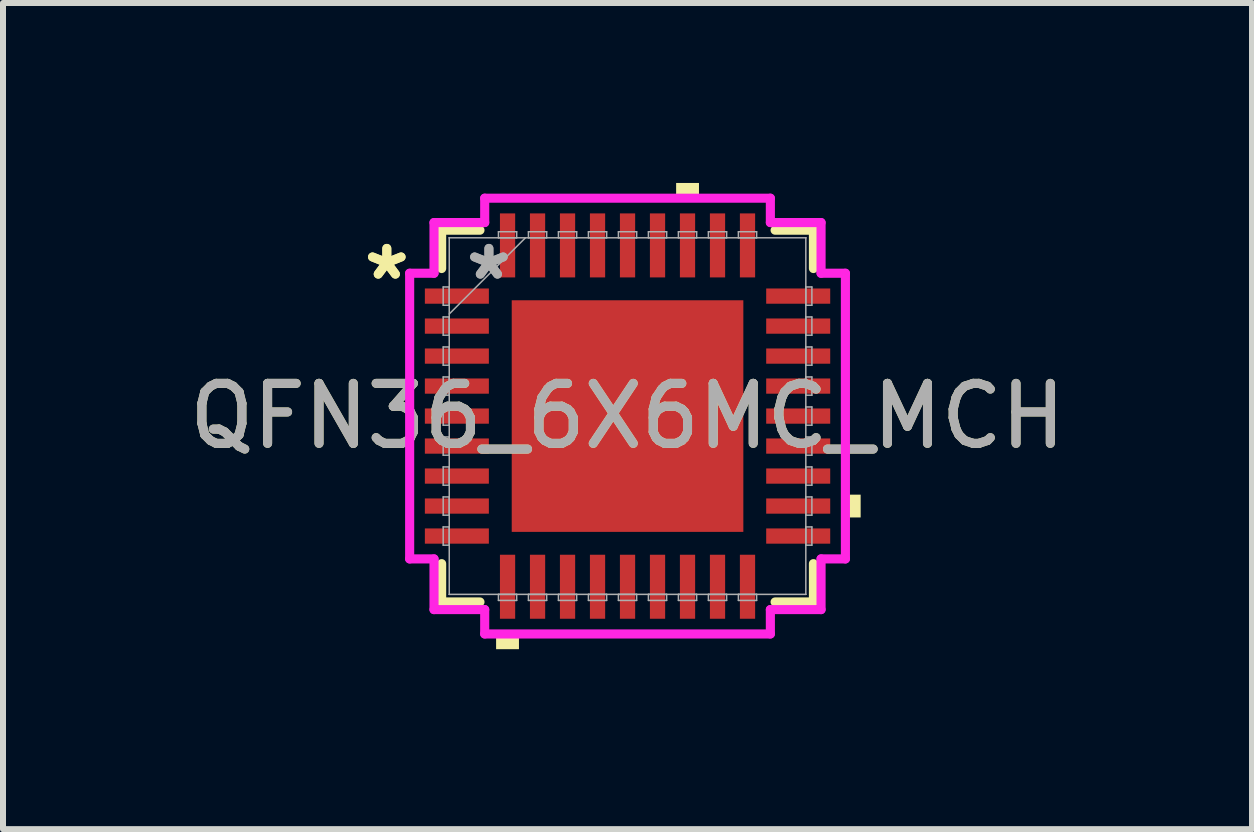
<source format=kicad_pcb>
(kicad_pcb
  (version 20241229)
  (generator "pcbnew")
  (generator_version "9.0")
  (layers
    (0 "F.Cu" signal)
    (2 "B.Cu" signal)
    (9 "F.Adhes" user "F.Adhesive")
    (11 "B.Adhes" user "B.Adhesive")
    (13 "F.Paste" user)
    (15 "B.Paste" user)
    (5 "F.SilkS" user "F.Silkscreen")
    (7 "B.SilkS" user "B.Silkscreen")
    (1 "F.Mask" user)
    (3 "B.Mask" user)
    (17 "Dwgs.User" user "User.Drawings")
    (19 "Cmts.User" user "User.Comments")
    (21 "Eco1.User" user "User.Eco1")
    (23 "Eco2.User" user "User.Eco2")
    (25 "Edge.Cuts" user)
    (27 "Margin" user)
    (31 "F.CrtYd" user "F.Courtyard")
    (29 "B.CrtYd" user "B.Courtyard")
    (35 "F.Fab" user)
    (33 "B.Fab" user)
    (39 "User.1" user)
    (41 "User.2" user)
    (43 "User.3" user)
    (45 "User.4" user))
  (footprint "QFN36_6X6MC_MCH"
    (layer "F.Cu")
    (at 7.411 3.886)
    (property "Reference" "QFN36_6X6MC_MCH" (at 0 0 0) (unlocked yes) (layer "F.SilkS") (effects (font (size 1 1) (thickness 0.15))))
    (attr smd)
    (fp_line (start -3.099 -3.099) (end -3.099 -2.46) (stroke (width 0.152) (type solid)) (layer "F.SilkS"))
    (fp_line (start -3.099 2.46) (end -3.099 3.099) (stroke (width 0.152) (type solid)) (layer "F.SilkS"))
    (fp_line (start -3.099 3.099) (end -2.46 3.099) (stroke (width 0.152) (type solid)) (layer "F.SilkS"))
    (fp_line (start -2.46 -3.099) (end -3.099 -3.099) (stroke (width 0.152) (type solid)) (layer "F.SilkS"))
    (fp_line (start 2.46 3.099) (end 3.099 3.099) (stroke (width 0.152) (type solid)) (layer "F.SilkS"))
    (fp_line (start 3.099 -3.099) (end 2.46 -3.099) (stroke (width 0.152) (type solid)) (layer "F.SilkS"))
    (fp_line (start 3.099 -2.46) (end 3.099 -3.099) (stroke (width 0.152) (type solid)) (layer "F.SilkS"))
    (fp_line (start 3.099 3.099) (end 3.099 2.46) (stroke (width 0.152) (type solid)) (layer "F.SilkS"))
    (fp_poly (pts (xy -2.191 3.632) (xy -2.191 3.886) (xy -1.81 3.886) (xy -1.81 3.632)) (stroke (width 0) (type solid)) (fill yes) (layer "F.SilkS"))
    (fp_poly (pts (xy 0.81 -3.632) (xy 0.81 -3.886) (xy 1.191 -3.886) (xy 1.191 -3.632)) (stroke (width 0) (type solid)) (fill yes) (layer "F.SilkS"))
    (fp_poly (pts (xy 3.886 1.31) (xy 3.886 1.69) (xy 3.632 1.69) (xy 3.632 1.31)) (stroke (width 0) (type solid)) (fill yes) (layer "F.SilkS"))
    (fp_poly (pts (xy -1.83 -1.83) (xy -1.83 -0.743) (xy -0.743 -0.743) (xy -0.743 -1.83)) (stroke (width 0) (type solid)) (fill yes) (layer "F.Paste"))
    (fp_poly (pts (xy -1.83 -0.543) (xy -1.83 0.543) (xy -0.743 0.543) (xy -0.743 -0.543)) (stroke (width 0) (type solid)) (fill yes) (layer "F.Paste"))
    (fp_poly (pts (xy -1.83 0.743) (xy -1.83 1.83) (xy -0.743 1.83) (xy -0.743 0.743)) (stroke (width 0) (type solid)) (fill yes) (layer "F.Paste"))
    (fp_poly (pts (xy -0.543 -1.83) (xy -0.543 -0.743) (xy 0.543 -0.743) (xy 0.543 -1.83)) (stroke (width 0) (type solid)) (fill yes) (layer "F.Paste"))
    (fp_poly (pts (xy -0.543 -0.543) (xy -0.543 0.543) (xy 0.543 0.543) (xy 0.543 -0.543)) (stroke (width 0) (type solid)) (fill yes) (layer "F.Paste"))
    (fp_poly (pts (xy -0.543 0.743) (xy -0.543 1.83) (xy 0.543 1.83) (xy 0.543 0.743)) (stroke (width 0) (type solid)) (fill yes) (layer "F.Paste"))
    (fp_poly (pts (xy 0.743 -1.83) (xy 0.743 -0.743) (xy 1.83 -0.743) (xy 1.83 -1.83)) (stroke (width 0) (type solid)) (fill yes) (layer "F.Paste"))
    (fp_poly (pts (xy 0.743 -0.543) (xy 0.743 0.543) (xy 1.83 0.543) (xy 1.83 -0.543)) (stroke (width 0) (type solid)) (fill yes) (layer "F.Paste"))
    (fp_poly (pts (xy 0.743 0.743) (xy 0.743 1.83) (xy 1.83 1.83) (xy 1.83 0.743)) (stroke (width 0) (type solid)) (fill yes) (layer "F.Paste"))
    (fp_line (start -3.632 -2.381) (end -3.226 -2.381) (stroke (width 0.152) (type solid)) (layer "F.CrtYd"))
    (fp_line (start -3.632 2.381) (end -3.632 -2.381) (stroke (width 0.152) (type solid)) (layer "F.CrtYd"))
    (fp_line (start -3.226 -3.226) (end -2.381 -3.226) (stroke (width 0.152) (type solid)) (layer "F.CrtYd"))
    (fp_line (start -3.226 -2.381) (end -3.226 -3.226) (stroke (width 0.152) (type solid)) (layer "F.CrtYd"))
    (fp_line (start -3.226 2.381) (end -3.632 2.381) (stroke (width 0.152) (type solid)) (layer "F.CrtYd"))
    (fp_line (start -3.226 3.226) (end -3.226 2.381) (stroke (width 0.152) (type solid)) (layer "F.CrtYd"))
    (fp_line (start -2.381 -3.632) (end 2.381 -3.632) (stroke (width 0.152) (type solid)) (layer "F.CrtYd"))
    (fp_line (start -2.381 -3.226) (end -2.381 -3.632) (stroke (width 0.152) (type solid)) (layer "F.CrtYd"))
    (fp_line (start -2.381 3.226) (end -3.226 3.226) (stroke (width 0.152) (type solid)) (layer "F.CrtYd"))
    (fp_line (start -2.381 3.632) (end -2.381 3.226) (stroke (width 0.152) (type solid)) (layer "F.CrtYd"))
    (fp_line (start 2.381 -3.632) (end 2.381 -3.226) (stroke (width 0.152) (type solid)) (layer "F.CrtYd"))
    (fp_line (start 2.381 -3.226) (end 3.226 -3.226) (stroke (width 0.152) (type solid)) (layer "F.CrtYd"))
    (fp_line (start 2.381 3.226) (end 2.381 3.632) (stroke (width 0.152) (type solid)) (layer "F.CrtYd"))
    (fp_line (start 2.381 3.632) (end -2.381 3.632) (stroke (width 0.152) (type solid)) (layer "F.CrtYd"))
    (fp_line (start 3.226 -3.226) (end 3.226 -2.381) (stroke (width 0.152) (type solid)) (layer "F.CrtYd"))
    (fp_line (start 3.226 -2.381) (end 3.632 -2.381) (stroke (width 0.152) (type solid)) (layer "F.CrtYd"))
    (fp_line (start 3.226 2.381) (end 3.226 3.226) (stroke (width 0.152) (type solid)) (layer "F.CrtYd"))
    (fp_line (start 3.226 3.226) (end 2.381 3.226) (stroke (width 0.152) (type solid)) (layer "F.CrtYd"))
    (fp_line (start 3.632 -2.381) (end 3.632 2.381) (stroke (width 0.152) (type solid)) (layer "F.CrtYd"))
    (fp_line (start 3.632 2.381) (end 3.226 2.381) (stroke (width 0.152) (type solid)) (layer "F.CrtYd"))
    (fp_line (start -3.073 -2.152) (end -3.073 -1.848) (stroke (width 0.025) (type solid)) (layer "F.Fab"))
    (fp_line (start -3.073 -1.848) (end -2.972 -1.848) (stroke (width 0.025) (type solid)) (layer "F.Fab"))
    (fp_line (start -3.073 -1.652) (end -3.073 -1.348) (stroke (width 0.025) (type solid)) (layer "F.Fab"))
    (fp_line (start -3.073 -1.348) (end -2.972 -1.348) (stroke (width 0.025) (type solid)) (layer "F.Fab"))
    (fp_line (start -3.073 -1.152) (end -3.073 -0.848) (stroke (width 0.025) (type solid)) (layer "F.Fab"))
    (fp_line (start -3.073 -0.848) (end -2.972 -0.848) (stroke (width 0.025) (type solid)) (layer "F.Fab"))
    (fp_line (start -3.073 -0.652) (end -3.073 -0.348) (stroke (width 0.025) (type solid)) (layer "F.Fab"))
    (fp_line (start -3.073 -0.348) (end -2.972 -0.348) (stroke (width 0.025) (type solid)) (layer "F.Fab"))
    (fp_line (start -3.073 -0.152) (end -3.073 0.152) (stroke (width 0.025) (type solid)) (layer "F.Fab"))
    (fp_line (start -3.073 0.152) (end -2.972 0.152) (stroke (width 0.025) (type solid)) (layer "F.Fab"))
    (fp_line (start -3.073 0.348) (end -3.073 0.652) (stroke (width 0.025) (type solid)) (layer "F.Fab"))
    (fp_line (start -3.073 0.652) (end -2.972 0.652) (stroke (width 0.025) (type solid)) (layer "F.Fab"))
    (fp_line (start -3.073 0.848) (end -3.073 1.152) (stroke (width 0.025) (type solid)) (layer "F.Fab"))
    (fp_line (start -3.073 1.152) (end -2.972 1.152) (stroke (width 0.025) (type solid)) (layer "F.Fab"))
    (fp_line (start -3.073 1.348) (end -3.073 1.652) (stroke (width 0.025) (type solid)) (layer "F.Fab"))
    (fp_line (start -3.073 1.652) (end -2.972 1.652) (stroke (width 0.025) (type solid)) (layer "F.Fab"))
    (fp_line (start -3.073 1.848) (end -3.073 2.152) (stroke (width 0.025) (type solid)) (layer "F.Fab"))
    (fp_line (start -3.073 2.152) (end -2.972 2.152) (stroke (width 0.025) (type solid)) (layer "F.Fab"))
    (fp_line (start -2.972 -2.972) (end -2.972 -2.972) (stroke (width 0.025) (type solid)) (layer "F.Fab"))
    (fp_line (start -2.972 -2.972) (end -2.972 2.972) (stroke (width 0.025) (type solid)) (layer "F.Fab"))
    (fp_line (start -2.972 -2.152) (end -3.073 -2.152) (stroke (width 0.025) (type solid)) (layer "F.Fab"))
    (fp_line (start -2.972 -1.848) (end -2.972 -2.152) (stroke (width 0.025) (type solid)) (layer "F.Fab"))
    (fp_line (start -2.972 -1.702) (end -1.702 -2.972) (stroke (width 0.025) (type solid)) (layer "F.Fab"))
    (fp_line (start -2.972 -1.652) (end -3.073 -1.652) (stroke (width 0.025) (type solid)) (layer "F.Fab"))
    (fp_line (start -2.972 -1.348) (end -2.972 -1.652) (stroke (width 0.025) (type solid)) (layer "F.Fab"))
    (fp_line (start -2.972 -1.152) (end -3.073 -1.152) (stroke (width 0.025) (type solid)) (layer "F.Fab"))
    (fp_line (start -2.972 -0.848) (end -2.972 -1.152) (stroke (width 0.025) (type solid)) (layer "F.Fab"))
    (fp_line (start -2.972 -0.652) (end -3.073 -0.652) (stroke (width 0.025) (type solid)) (layer "F.Fab"))
    (fp_line (start -2.972 -0.348) (end -2.972 -0.652) (stroke (width 0.025) (type solid)) (layer "F.Fab"))
    (fp_line (start -2.972 -0.152) (end -3.073 -0.152) (stroke (width 0.025) (type solid)) (layer "F.Fab"))
    (fp_line (start -2.972 0.152) (end -2.972 -0.152) (stroke (width 0.025) (type solid)) (layer "F.Fab"))
    (fp_line (start -2.972 0.348) (end -3.073 0.348) (stroke (width 0.025) (type solid)) (layer "F.Fab"))
    (fp_line (start -2.972 0.652) (end -2.972 0.348) (stroke (width 0.025) (type solid)) (layer "F.Fab"))
    (fp_line (start -2.972 0.848) (end -3.073 0.848) (stroke (width 0.025) (type solid)) (layer "F.Fab"))
    (fp_line (start -2.972 1.152) (end -2.972 0.848) (stroke (width 0.025) (type solid)) (layer "F.Fab"))
    (fp_line (start -2.972 1.348) (end -3.073 1.348) (stroke (width 0.025) (type solid)) (layer "F.Fab"))
    (fp_line (start -2.972 1.652) (end -2.972 1.348) (stroke (width 0.025) (type solid)) (layer "F.Fab"))
    (fp_line (start -2.972 1.848) (end -3.073 1.848) (stroke (width 0.025) (type solid)) (layer "F.Fab"))
    (fp_line (start -2.972 2.152) (end -2.972 1.848) (stroke (width 0.025) (type solid)) (layer "F.Fab"))
    (fp_line (start -2.972 2.972) (end -2.972 2.972) (stroke (width 0.025) (type solid)) (layer "F.Fab"))
    (fp_line (start -2.972 2.972) (end 2.972 2.972) (stroke (width 0.025) (type solid)) (layer "F.Fab"))
    (fp_line (start -2.152 -3.073) (end -2.152 -2.972) (stroke (width 0.025) (type solid)) (layer "F.Fab"))
    (fp_line (start -2.152 -2.972) (end -1.848 -2.972) (stroke (width 0.025) (type solid)) (layer "F.Fab"))
    (fp_line (start -2.152 2.972) (end -2.152 3.073) (stroke (width 0.025) (type solid)) (layer "F.Fab"))
    (fp_line (start -2.152 3.073) (end -1.848 3.073) (stroke (width 0.025) (type solid)) (layer "F.Fab"))
    (fp_line (start -1.848 -3.073) (end -2.152 -3.073) (stroke (width 0.025) (type solid)) (layer "F.Fab"))
    (fp_line (start -1.848 -2.972) (end -1.848 -3.073) (stroke (width 0.025) (type solid)) (layer "F.Fab"))
    (fp_line (start -1.848 2.972) (end -2.152 2.972) (stroke (width 0.025) (type solid)) (layer "F.Fab"))
    (fp_line (start -1.848 3.073) (end -1.848 2.972) (stroke (width 0.025) (type solid)) (layer "F.Fab"))
    (fp_line (start -1.652 -3.073) (end -1.652 -2.972) (stroke (width 0.025) (type solid)) (layer "F.Fab"))
    (fp_line (start -1.652 -2.972) (end -1.348 -2.972) (stroke (width 0.025) (type solid)) (layer "F.Fab"))
    (fp_line (start -1.652 2.972) (end -1.652 3.073) (stroke (width 0.025) (type solid)) (layer "F.Fab"))
    (fp_line (start -1.652 3.073) (end -1.348 3.073) (stroke (width 0.025) (type solid)) (layer "F.Fab"))
    (fp_line (start -1.348 -3.073) (end -1.652 -3.073) (stroke (width 0.025) (type solid)) (layer "F.Fab"))
    (fp_line (start -1.348 -2.972) (end -1.348 -3.073) (stroke (width 0.025) (type solid)) (layer "F.Fab"))
    (fp_line (start -1.348 2.972) (end -1.652 2.972) (stroke (width 0.025) (type solid)) (layer "F.Fab"))
    (fp_line (start -1.348 3.073) (end -1.348 2.972) (stroke (width 0.025) (type solid)) (layer "F.Fab"))
    (fp_line (start -1.152 -3.073) (end -1.152 -2.972) (stroke (width 0.025) (type solid)) (layer "F.Fab"))
    (fp_line (start -1.152 -2.972) (end -0.848 -2.972) (stroke (width 0.025) (type solid)) (layer "F.Fab"))
    (fp_line (start -1.152 2.972) (end -1.152 3.073) (stroke (width 0.025) (type solid)) (layer "F.Fab"))
    (fp_line (start -1.152 3.073) (end -0.848 3.073) (stroke (width 0.025) (type solid)) (layer "F.Fab"))
    (fp_line (start -0.848 -3.073) (end -1.152 -3.073) (stroke (width 0.025) (type solid)) (layer "F.Fab"))
    (fp_line (start -0.848 -2.972) (end -0.848 -3.073) (stroke (width 0.025) (type solid)) (layer "F.Fab"))
    (fp_line (start -0.848 2.972) (end -1.152 2.972) (stroke (width 0.025) (type solid)) (layer "F.Fab"))
    (fp_line (start -0.848 3.073) (end -0.848 2.972) (stroke (width 0.025) (type solid)) (layer "F.Fab"))
    (fp_line (start -0.652 -3.073) (end -0.652 -2.972) (stroke (width 0.025) (type solid)) (layer "F.Fab"))
    (fp_line (start -0.652 -2.972) (end -0.348 -2.972) (stroke (width 0.025) (type solid)) (layer "F.Fab"))
    (fp_line (start -0.652 2.972) (end -0.652 3.073) (stroke (width 0.025) (type solid)) (layer "F.Fab"))
    (fp_line (start -0.652 3.073) (end -0.348 3.073) (stroke (width 0.025) (type solid)) (layer "F.Fab"))
    (fp_line (start -0.348 -3.073) (end -0.652 -3.073) (stroke (width 0.025) (type solid)) (layer "F.Fab"))
    (fp_line (start -0.348 -2.972) (end -0.348 -3.073) (stroke (width 0.025) (type solid)) (layer "F.Fab"))
    (fp_line (start -0.348 2.972) (end -0.652 2.972) (stroke (width 0.025) (type solid)) (layer "F.Fab"))
    (fp_line (start -0.348 3.073) (end -0.348 2.972) (stroke (width 0.025) (type solid)) (layer "F.Fab"))
    (fp_line (start -0.152 -3.073) (end -0.152 -2.972) (stroke (width 0.025) (type solid)) (layer "F.Fab"))
    (fp_line (start -0.152 -2.972) (end 0.152 -2.972) (stroke (width 0.025) (type solid)) (layer "F.Fab"))
    (fp_line (start -0.152 2.972) (end -0.152 3.073) (stroke (width 0.025) (type solid)) (layer "F.Fab"))
    (fp_line (start -0.152 3.073) (end 0.152 3.073) (stroke (width 0.025) (type solid)) (layer "F.Fab"))
    (fp_line (start 0.152 -3.073) (end -0.152 -3.073) (stroke (width 0.025) (type solid)) (layer "F.Fab"))
    (fp_line (start 0.152 -2.972) (end 0.152 -3.073) (stroke (width 0.025) (type solid)) (layer "F.Fab"))
    (fp_line (start 0.152 2.972) (end -0.152 2.972) (stroke (width 0.025) (type solid)) (layer "F.Fab"))
    (fp_line (start 0.152 3.073) (end 0.152 2.972) (stroke (width 0.025) (type solid)) (layer "F.Fab"))
    (fp_line (start 0.348 -3.073) (end 0.348 -2.972) (stroke (width 0.025) (type solid)) (layer "F.Fab"))
    (fp_line (start 0.348 -2.972) (end 0.652 -2.972) (stroke (width 0.025) (type solid)) (layer "F.Fab"))
    (fp_line (start 0.348 2.972) (end 0.348 3.073) (stroke (width 0.025) (type solid)) (layer "F.Fab"))
    (fp_line (start 0.348 3.073) (end 0.652 3.073) (stroke (width 0.025) (type solid)) (layer "F.Fab"))
    (fp_line (start 0.652 -3.073) (end 0.348 -3.073) (stroke (width 0.025) (type solid)) (layer "F.Fab"))
    (fp_line (start 0.652 -2.972) (end 0.652 -3.073) (stroke (width 0.025) (type solid)) (layer "F.Fab"))
    (fp_line (start 0.652 2.972) (end 0.348 2.972) (stroke (width 0.025) (type solid)) (layer "F.Fab"))
    (fp_line (start 0.652 3.073) (end 0.652 2.972) (stroke (width 0.025) (type solid)) (layer "F.Fab"))
    (fp_line (start 0.848 -3.073) (end 0.848 -2.972) (stroke (width 0.025) (type solid)) (layer "F.Fab"))
    (fp_line (start 0.848 -2.972) (end 1.152 -2.972) (stroke (width 0.025) (type solid)) (layer "F.Fab"))
    (fp_line (start 0.848 2.972) (end 0.848 3.073) (stroke (width 0.025) (type solid)) (layer "F.Fab"))
    (fp_line (start 0.848 3.073) (end 1.152 3.073) (stroke (width 0.025) (type solid)) (layer "F.Fab"))
    (fp_line (start 1.152 -3.073) (end 0.848 -3.073) (stroke (width 0.025) (type solid)) (layer "F.Fab"))
    (fp_line (start 1.152 -2.972) (end 1.152 -3.073) (stroke (width 0.025) (type solid)) (layer "F.Fab"))
    (fp_line (start 1.152 2.972) (end 0.848 2.972) (stroke (width 0.025) (type solid)) (layer "F.Fab"))
    (fp_line (start 1.152 3.073) (end 1.152 2.972) (stroke (width 0.025) (type solid)) (layer "F.Fab"))
    (fp_line (start 1.348 -3.073) (end 1.348 -2.972) (stroke (width 0.025) (type solid)) (layer "F.Fab"))
    (fp_line (start 1.348 -2.972) (end 1.652 -2.972) (stroke (width 0.025) (type solid)) (layer "F.Fab"))
    (fp_line (start 1.348 2.972) (end 1.348 3.073) (stroke (width 0.025) (type solid)) (layer "F.Fab"))
    (fp_line (start 1.348 3.073) (end 1.652 3.073) (stroke (width 0.025) (type solid)) (layer "F.Fab"))
    (fp_line (start 1.652 -3.073) (end 1.348 -3.073) (stroke (width 0.025) (type solid)) (layer "F.Fab"))
    (fp_line (start 1.652 -2.972) (end 1.652 -3.073) (stroke (width 0.025) (type solid)) (layer "F.Fab"))
    (fp_line (start 1.652 2.972) (end 1.348 2.972) (stroke (width 0.025) (type solid)) (layer "F.Fab"))
    (fp_line (start 1.652 3.073) (end 1.652 2.972) (stroke (width 0.025) (type solid)) (layer "F.Fab"))
    (fp_line (start 1.848 -3.073) (end 1.848 -2.972) (stroke (width 0.025) (type solid)) (layer "F.Fab"))
    (fp_line (start 1.848 -2.972) (end 2.152 -2.972) (stroke (width 0.025) (type solid)) (layer "F.Fab"))
    (fp_line (start 1.848 2.972) (end 1.848 3.073) (stroke (width 0.025) (type solid)) (layer "F.Fab"))
    (fp_line (start 1.848 3.073) (end 2.152 3.073) (stroke (width 0.025) (type solid)) (layer "F.Fab"))
    (fp_line (start 2.152 -3.073) (end 1.848 -3.073) (stroke (width 0.025) (type solid)) (layer "F.Fab"))
    (fp_line (start 2.152 -2.972) (end 2.152 -3.073) (stroke (width 0.025) (type solid)) (layer "F.Fab"))
    (fp_line (start 2.152 2.972) (end 1.848 2.972) (stroke (width 0.025) (type solid)) (layer "F.Fab"))
    (fp_line (start 2.152 3.073) (end 2.152 2.972) (stroke (width 0.025) (type solid)) (layer "F.Fab"))
    (fp_line (start 2.972 -2.972) (end -2.972 -2.972) (stroke (width 0.025) (type solid)) (layer "F.Fab"))
    (fp_line (start 2.972 -2.972) (end 2.972 -2.972) (stroke (width 0.025) (type solid)) (layer "F.Fab"))
    (fp_line (start 2.972 -2.152) (end 2.972 -1.848) (stroke (width 0.025) (type solid)) (layer "F.Fab"))
    (fp_line (start 2.972 -1.848) (end 3.073 -1.848) (stroke (width 0.025) (type solid)) (layer "F.Fab"))
    (fp_line (start 2.972 -1.652) (end 2.972 -1.348) (stroke (width 0.025) (type solid)) (layer "F.Fab"))
    (fp_line (start 2.972 -1.348) (end 3.073 -1.348) (stroke (width 0.025) (type solid)) (layer "F.Fab"))
    (fp_line (start 2.972 -1.152) (end 2.972 -0.848) (stroke (width 0.025) (type solid)) (layer "F.Fab"))
    (fp_line (start 2.972 -0.848) (end 3.073 -0.848) (stroke (width 0.025) (type solid)) (layer "F.Fab"))
    (fp_line (start 2.972 -0.652) (end 2.972 -0.348) (stroke (width 0.025) (type solid)) (layer "F.Fab"))
    (fp_line (start 2.972 -0.348) (end 3.073 -0.348) (stroke (width 0.025) (type solid)) (layer "F.Fab"))
    (fp_line (start 2.972 -0.152) (end 2.972 0.152) (stroke (width 0.025) (type solid)) (layer "F.Fab"))
    (fp_line (start 2.972 0.152) (end 3.073 0.152) (stroke (width 0.025) (type solid)) (layer "F.Fab"))
    (fp_line (start 2.972 0.348) (end 2.972 0.652) (stroke (width 0.025) (type solid)) (layer "F.Fab"))
    (fp_line (start 2.972 0.652) (end 3.073 0.652) (stroke (width 0.025) (type solid)) (layer "F.Fab"))
    (fp_line (start 2.972 0.848) (end 2.972 1.152) (stroke (width 0.025) (type solid)) (layer "F.Fab"))
    (fp_line (start 2.972 1.152) (end 3.073 1.152) (stroke (width 0.025) (type solid)) (layer "F.Fab"))
    (fp_line (start 2.972 1.348) (end 2.972 1.652) (stroke (width 0.025) (type solid)) (layer "F.Fab"))
    (fp_line (start 2.972 1.652) (end 3.073 1.652) (stroke (width 0.025) (type solid)) (layer "F.Fab"))
    (fp_line (start 2.972 1.848) (end 2.972 2.152) (stroke (width 0.025) (type solid)) (layer "F.Fab"))
    (fp_line (start 2.972 2.152) (end 3.073 2.152) (stroke (width 0.025) (type solid)) (layer "F.Fab"))
    (fp_line (start 2.972 2.972) (end 2.972 -2.972) (stroke (width 0.025) (type solid)) (layer "F.Fab"))
    (fp_line (start 2.972 2.972) (end 2.972 2.972) (stroke (width 0.025) (type solid)) (layer "F.Fab"))
    (fp_line (start 3.073 -2.152) (end 2.972 -2.152) (stroke (width 0.025) (type solid)) (layer "F.Fab"))
    (fp_line (start 3.073 -1.848) (end 3.073 -2.152) (stroke (width 0.025) (type solid)) (layer "F.Fab"))
    (fp_line (start 3.073 -1.652) (end 2.972 -1.652) (stroke (width 0.025) (type solid)) (layer "F.Fab"))
    (fp_line (start 3.073 -1.348) (end 3.073 -1.652) (stroke (width 0.025) (type solid)) (layer "F.Fab"))
    (fp_line (start 3.073 -1.152) (end 2.972 -1.152) (stroke (width 0.025) (type solid)) (layer "F.Fab"))
    (fp_line (start 3.073 -0.848) (end 3.073 -1.152) (stroke (width 0.025) (type solid)) (layer "F.Fab"))
    (fp_line (start 3.073 -0.652) (end 2.972 -0.652) (stroke (width 0.025) (type solid)) (layer "F.Fab"))
    (fp_line (start 3.073 -0.348) (end 3.073 -0.652) (stroke (width 0.025) (type solid)) (layer "F.Fab"))
    (fp_line (start 3.073 -0.152) (end 2.972 -0.152) (stroke (width 0.025) (type solid)) (layer "F.Fab"))
    (fp_line (start 3.073 0.152) (end 3.073 -0.152) (stroke (width 0.025) (type solid)) (layer "F.Fab"))
    (fp_line (start 3.073 0.348) (end 2.972 0.348) (stroke (width 0.025) (type solid)) (layer "F.Fab"))
    (fp_line (start 3.073 0.652) (end 3.073 0.348) (stroke (width 0.025) (type solid)) (layer "F.Fab"))
    (fp_line (start 3.073 0.848) (end 2.972 0.848) (stroke (width 0.025) (type solid)) (layer "F.Fab"))
    (fp_line (start 3.073 1.152) (end 3.073 0.848) (stroke (width 0.025) (type solid)) (layer "F.Fab"))
    (fp_line (start 3.073 1.348) (end 2.972 1.348) (stroke (width 0.025) (type solid)) (layer "F.Fab"))
    (fp_line (start 3.073 1.652) (end 3.073 1.348) (stroke (width 0.025) (type solid)) (layer "F.Fab"))
    (fp_line (start 3.073 1.848) (end 2.972 1.848) (stroke (width 0.025) (type solid)) (layer "F.Fab"))
    (fp_line (start 3.073 2.152) (end 3.073 1.848) (stroke (width 0.025) (type solid)) (layer "F.Fab"))
    (fp_text user "*" (at -4.013 -2.25 0) (unlocked yes) (layer "F.SilkS") (effects (font (size 1 1) (thickness 0.15))))
    (fp_text user "*" (at -4.013 -2.25 0) (layer "F.SilkS") (effects (font (size 1 1) (thickness 0.15))))
    (fp_text user "*" (at -2.311 -2.25 0) (unlocked yes) (layer "F.Fab") (effects (font (size 1 1) (thickness 0.15))))
    (fp_text user "*" (at -2.311 -2.25 0) (layer "F.Fab") (effects (font (size 1 1) (thickness 0.15))))
    (fp_text user "${REFERENCE}" (at 0 0 0) (unlocked yes) (layer "F.Fab") (effects (font (size 1 1) (thickness 0.15))))
    (pad "1" smd rect (at -2.845 -2 90) (size 0.254 1.067) (layers "F.Cu" "F.Mask" "F.Paste"))
    (pad "2" smd rect (at -2.845 -1.5 90) (size 0.254 1.067) (layers "F.Cu" "F.Mask" "F.Paste"))
    (pad "3" smd rect (at -2.845 -1 90) (size 0.254 1.067) (layers "F.Cu" "F.Mask" "F.Paste"))
    (pad "4" smd rect (at -2.845 -0.5 90) (size 0.254 1.067) (layers "F.Cu" "F.Mask" "F.Paste"))
    (pad "5" smd rect (at -2.845 0 90) (size 0.254 1.067) (layers "F.Cu" "F.Mask" "F.Paste"))
    (pad "6" smd rect (at -2.845 0.5 90) (size 0.254 1.067) (layers "F.Cu" "F.Mask" "F.Paste"))
    (pad "7" smd rect (at -2.845 1 90) (size 0.254 1.067) (layers "F.Cu" "F.Mask" "F.Paste"))
    (pad "8" smd rect (at -2.845 1.5 90) (size 0.254 1.067) (layers "F.Cu" "F.Mask" "F.Paste"))
    (pad "9" smd rect (at -2.845 2 90) (size 0.254 1.067) (layers "F.Cu" "F.Mask" "F.Paste"))
    (pad "10" smd rect (at -2 2.845) (size 0.254 1.067) (layers "F.Cu" "F.Mask" "F.Paste"))
    (pad "11" smd rect (at -1.5 2.845) (size 0.254 1.067) (layers "F.Cu" "F.Mask" "F.Paste"))
    (pad "12" smd rect (at -1 2.845) (size 0.254 1.067) (layers "F.Cu" "F.Mask" "F.Paste"))
    (pad "13" smd rect (at -0.5 2.845) (size 0.254 1.067) (layers "F.Cu" "F.Mask" "F.Paste"))
    (pad "14" smd rect (at 0 2.845) (size 0.254 1.067) (layers "F.Cu" "F.Mask" "F.Paste"))
    (pad "15" smd rect (at 0.5 2.845) (size 0.254 1.067) (layers "F.Cu" "F.Mask" "F.Paste"))
    (pad "16" smd rect (at 1 2.845) (size 0.254 1.067) (layers "F.Cu" "F.Mask" "F.Paste"))
    (pad "17" smd rect (at 1.5 2.845) (size 0.254 1.067) (layers "F.Cu" "F.Mask" "F.Paste"))
    (pad "18" smd rect (at 2 2.845) (size 0.254 1.067) (layers "F.Cu" "F.Mask" "F.Paste"))
    (pad "19" smd rect (at 2.845 2 90) (size 0.254 1.067) (layers "F.Cu" "F.Mask" "F.Paste"))
    (pad "20" smd rect (at 2.845 1.5 90) (size 0.254 1.067) (layers "F.Cu" "F.Mask" "F.Paste"))
    (pad "21" smd rect (at 2.845 1 90) (size 0.254 1.067) (layers "F.Cu" "F.Mask" "F.Paste"))
    (pad "22" smd rect (at 2.845 0.5 90) (size 0.254 1.067) (layers "F.Cu" "F.Mask" "F.Paste"))
    (pad "23" smd rect (at 2.845 0 90) (size 0.254 1.067) (layers "F.Cu" "F.Mask" "F.Paste"))
    (pad "24" smd rect (at 2.845 -0.5 90) (size 0.254 1.067) (layers "F.Cu" "F.Mask" "F.Paste"))
    (pad "25" smd rect (at 2.845 -1 90) (size 0.254 1.067) (layers "F.Cu" "F.Mask" "F.Paste"))
    (pad "26" smd rect (at 2.845 -1.5 90) (size 0.254 1.067) (layers "F.Cu" "F.Mask" "F.Paste"))
    (pad "27" smd rect (at 2.845 -2 90) (size 0.254 1.067) (layers "F.Cu" "F.Mask" "F.Paste"))
    (pad "28" smd rect (at 2 -2.845) (size 0.254 1.067) (layers "F.Cu" "F.Mask" "F.Paste"))
    (pad "29" smd rect (at 1.5 -2.845) (size 0.254 1.067) (layers "F.Cu" "F.Mask" "F.Paste"))
    (pad "30" smd rect (at 1 -2.845) (size 0.254 1.067) (layers "F.Cu" "F.Mask" "F.Paste"))
    (pad "31" smd rect (at 0.5 -2.845) (size 0.254 1.067) (layers "F.Cu" "F.Mask" "F.Paste"))
    (pad "32" smd rect (at 0 -2.845) (size 0.254 1.067) (layers "F.Cu" "F.Mask" "F.Paste"))
    (pad "33" smd rect (at -0.5 -2.845) (size 0.254 1.067) (layers "F.Cu" "F.Mask" "F.Paste"))
    (pad "34" smd rect (at -1 -2.845) (size 0.254 1.067) (layers "F.Cu" "F.Mask" "F.Paste"))
    (pad "35" smd rect (at -1.5 -2.845) (size 0.254 1.067) (layers "F.Cu" "F.Mask" "F.Paste"))
    (pad "36" smd rect (at -2 -2.845) (size 0.254 1.067) (layers "F.Cu" "F.Mask" "F.Paste"))
    (pad "37" smd rect (at 0 0) (size 3.861 3.861) (layers "F.Cu" "F.Mask")))
  (gr_rect
    (start -3 -3)
    (end 17.821 10.772)
    (stroke (width 0.1) (type default))
    (fill no)
    (layer "Edge.Cuts")))
</source>
